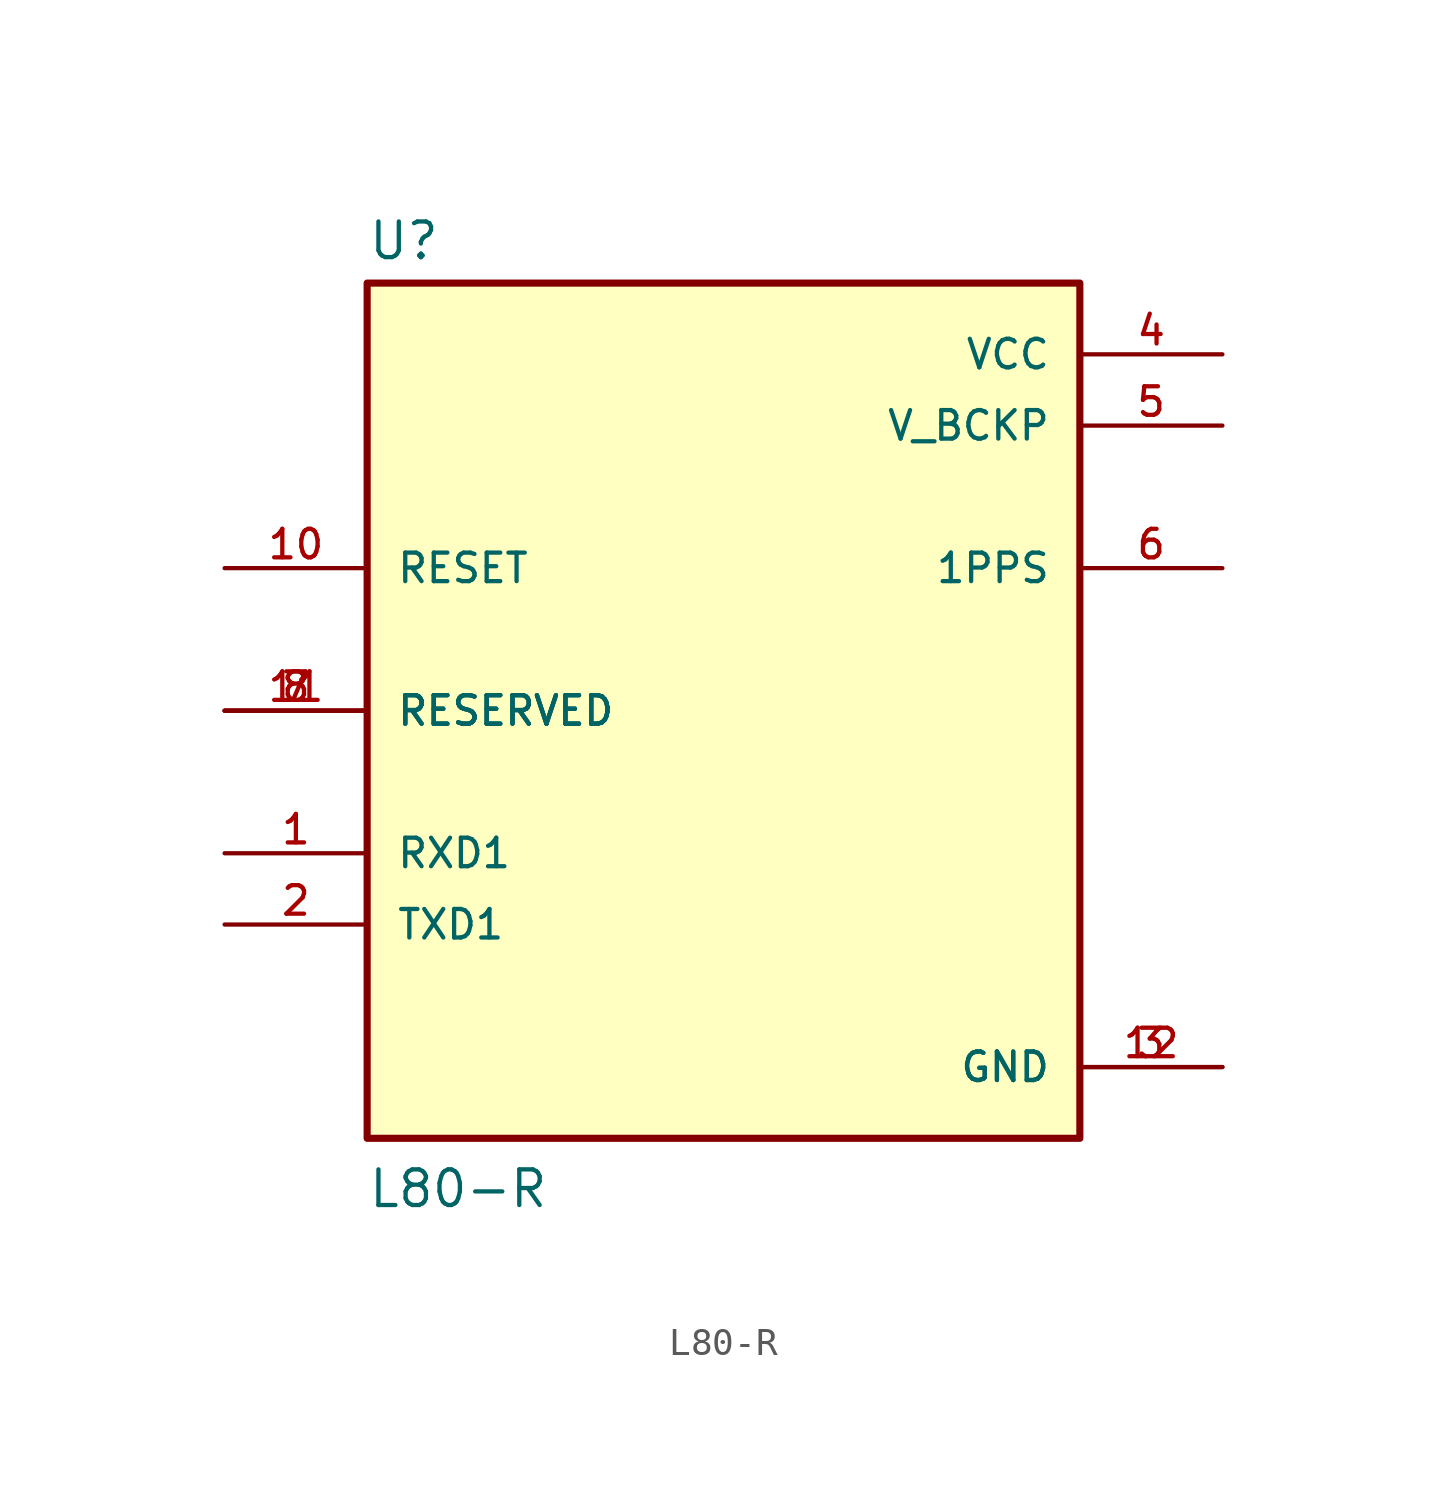
<source format=kicad_sym>
(kicad_symbol_lib
  (version 20211014)
  (generator kicad_symbol_editor)
  (symbol "L80-R"
    (pin_names
      (offset 1.016))
    (property "Reference" "U"
      (at -12.7 16.002 0)
      (effects (font (size 1.27 1.27)) (justify bottom left)))
    (property "Value" "L80-R"
      (at -12.7 -17.78 0)
      (effects (font (size 1.27 1.27)) (justify bottom left)))
    (symbol "L80-R_0_0"
      (rectangle (start -12.7 -15.24) (end 12.7 15.24) (stroke (width 0.254)) (fill (type background)))
      (pin power_in line (at 17.78 12.7 180.0) (length 5.08) (name "VCC" (effects (font (size 1.016 1.016)))) (number "4" (effects (font (size 1.016 1.016)))))
      (pin power_in line (at 17.78 10.16 180.0) (length 5.08) (name "V_BCKP" (effects (font (size 1.016 1.016)))) (number "5" (effects (font (size 1.016 1.016)))))
      (pin input line (at -17.78 5.08 0) (length 5.08) (name "RESET" (effects (font (size 1.016 1.016)))) (number "10" (effects (font (size 1.016 1.016)))))
      (pin input line (at -17.78 -5.08 0) (length 5.08) (name "RXD1" (effects (font (size 1.016 1.016)))) (number "1" (effects (font (size 1.016 1.016)))))
      (pin output line (at -17.78 -7.62 0) (length 5.08) (name "TXD1" (effects (font (size 1.016 1.016)))) (number "2" (effects (font (size 1.016 1.016)))))
      (pin input line (at -17.78 0.0 0) (length 5.08) (name "RESERVED" (effects (font (size 1.016 1.016)))) (number "7" (effects (font (size 1.016 1.016)))))
      (pin input line (at -17.78 0.0 0) (length 5.08) (name "RESERVED" (effects (font (size 1.016 1.016)))) (number "8" (effects (font (size 1.016 1.016)))))
      (pin input line (at -17.78 0.0 0) (length 5.08) (name "RESERVED" (effects (font (size 1.016 1.016)))) (number "11" (effects (font (size 1.016 1.016)))))
      (pin output line (at 17.78 5.08 180.0) (length 5.08) (name "1PPS" (effects (font (size 1.016 1.016)))) (number "6" (effects (font (size 1.016 1.016)))))
      (pin power_in line (at 17.78 -12.7 180.0) (length 5.08) (name "GND" (effects (font (size 1.016 1.016)))) (number "3" (effects (font (size 1.016 1.016)))))
      (pin power_in line (at 17.78 -12.7 180.0) (length 5.08) (name "GND" (effects (font (size 1.016 1.016)))) (number "12" (effects (font (size 1.016 1.016))))))))
</source>
